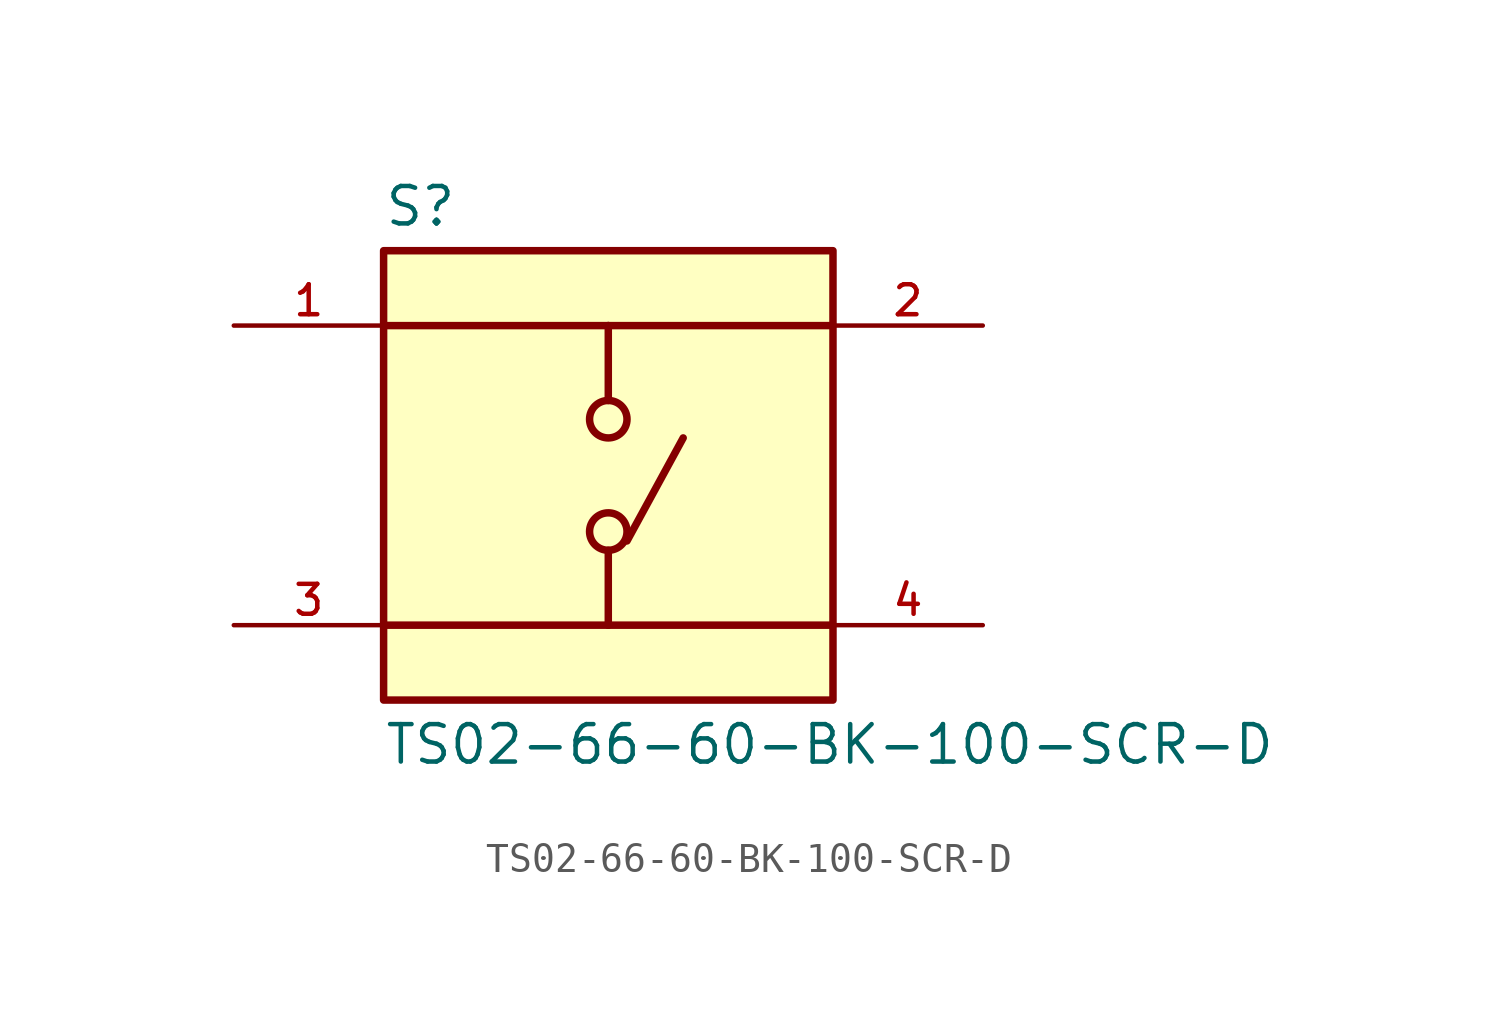
<source format=kicad_sym>
(kicad_symbol_lib
  (version 20211014)
  (generator kicad_symbol_editor)
  (symbol "TS02-66-60-BK-100-SCR-D"
    (pin_names
      (offset 1.016))
    (property "Reference" "S"
      (at -7.62 8.382 0)
      (effects (font (size 1.27 1.27)) (justify bottom left)))
    (property "Value" "TS02-66-60-BK-100-SCR-D"
      (at -7.62 -8.382 0)
      (effects (font (size 1.27 1.27)) (justify top left)))
    (symbol "TS02-66-60-BK-100-SCR-D_0_0"
      (polyline (pts (xy 0.0 5.08) (xy 0.0 2.54)) (stroke (width 0.254)))
      (polyline (pts (xy 0.0 -2.54) (xy 0.0 -5.08)) (stroke (width 0.254)))
      (polyline (pts (xy 0.0 5.08) (xy -7.62 5.08)) (stroke (width 0.254)))
      (polyline (pts (xy 0.0 5.08) (xy 7.62 5.08)) (stroke (width 0.254)))
      (polyline (pts (xy 0.0 -5.08) (xy -7.62 -5.08)) (stroke (width 0.254)))
      (polyline (pts (xy 0.0 -5.08) (xy 7.62 -5.08)) (stroke (width 0.254)))
      (circle (center 0.0 -1.905) (radius 0.635) (stroke (width 0.254)) (fill (type none)))
      (circle (center 0.0 1.905) (radius 0.635) (stroke (width 0.254)) (fill (type none)))
      (polyline (pts (xy 0.635 -2.223) (xy 2.54 1.27)) (stroke (width 0.254)))
      (rectangle (start -7.62 -7.62) (end 7.62 7.62) (stroke (width 0.254)) (fill (type background)))
      (pin passive line (at -12.7 5.08 0) (length 5.08) (name "~" (effects (font (size 1.016 1.016)))) (number "1" (effects (font (size 1.016 1.016)))))
      (pin passive line (at -12.7 -5.08 0) (length 5.08) (name "~" (effects (font (size 1.016 1.016)))) (number "3" (effects (font (size 1.016 1.016)))))
      (pin passive line (at 12.7 5.08 180.0) (length 5.08) (name "~" (effects (font (size 1.016 1.016)))) (number "2" (effects (font (size 1.016 1.016)))))
      (pin passive line (at 12.7 -5.08 180.0) (length 5.08) (name "~" (effects (font (size 1.016 1.016)))) (number "4" (effects (font (size 1.016 1.016))))))))
</source>
